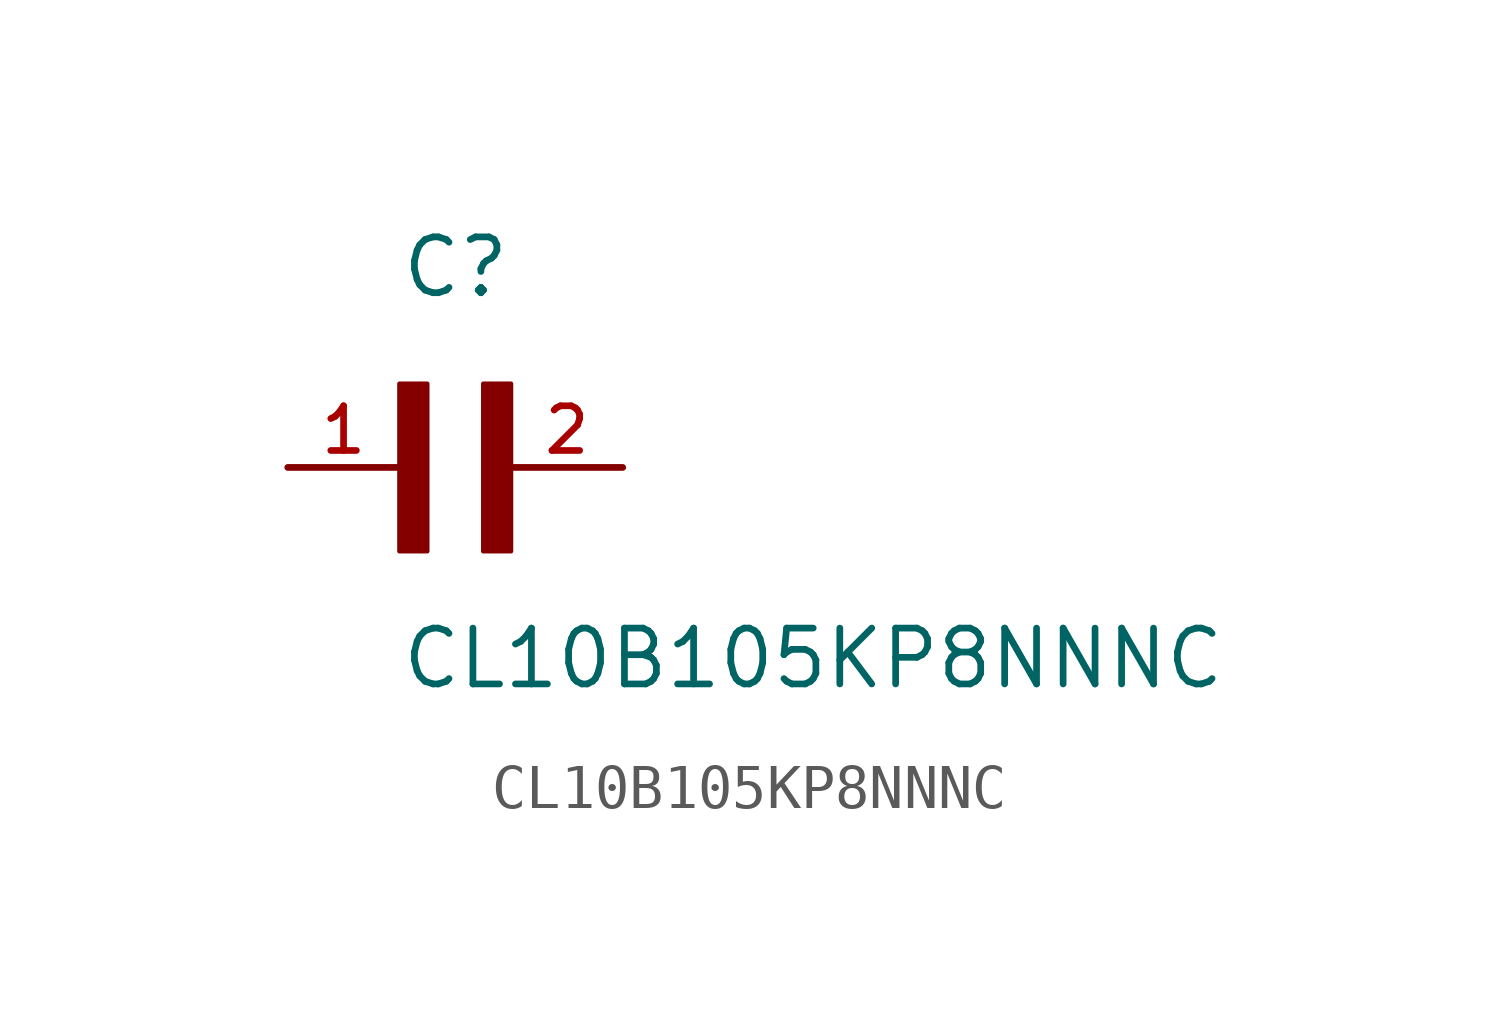
<source format=kicad_sym>
(kicad_symbol_lib
  (version 20211014)
  (generator kicad_symbol_editor)
  (symbol "CL10B105KP8NNNC"
    (pin_names
      (offset 1.016))
    (property "Reference" "C"
      (at 0.0 3.811 0)
      (effects (font (size 1.27 1.27)) (justify bottom left)))
    (property "Value" "CL10B105KP8NNNC"
      (at 0.0 -5.088 0)
      (effects (font (size 1.27 1.27)) (justify bottom left)))
    (symbol "CL10B105KP8NNNC_0_0"
      (rectangle (start 0.0 -1.907) (end 0.635 1.905) (stroke (width 0.1)) (fill (type outline)))
      (rectangle (start 1.907 -1.907) (end 2.54 1.905) (stroke (width 0.1)) (fill (type outline)))
      (pin passive line (at 5.08 0.0 180.0) (length 2.54) (name "~" (effects (font (size 1.016 1.016)))) (number "2" (effects (font (size 1.016 1.016)))))
      (pin passive line (at -2.54 0.0 0) (length 2.54) (name "~" (effects (font (size 1.016 1.016)))) (number "1" (effects (font (size 1.016 1.016))))))))
</source>
